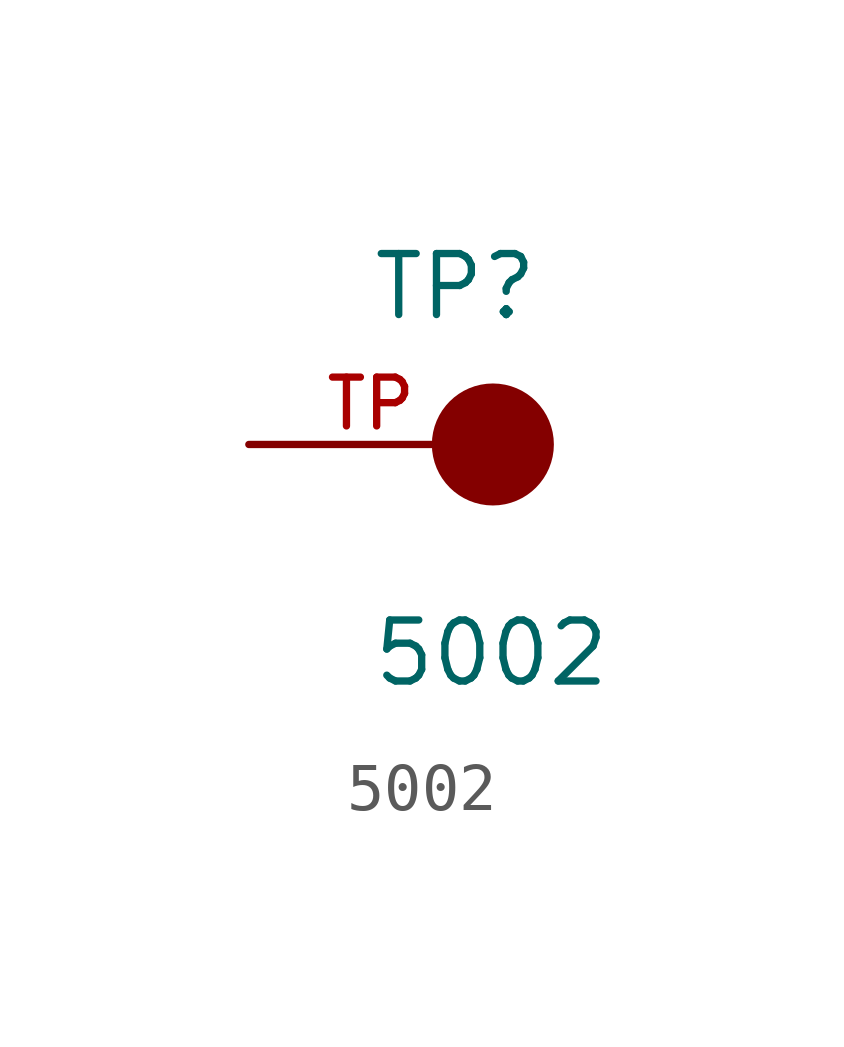
<source format=kicad_sym>
(kicad_symbol_lib
  (version 20211014)
  (generator kicad_symbol_editor)
  (symbol "5002"
    (pin_names
      (offset 1.016))
    (property "Reference" "TP"
      (at -2.544 2.541 0)
      (effects (font (size 1.27 1.27)) (justify bottom left)))
    (property "Value" "5002"
      (at -2.55 -5.087 0)
      (effects (font (size 1.27 1.27)) (justify bottom left)))
    (symbol "5002_0_0"
      (circle (center 0.0 0.0) (radius 0.635) (stroke (width 1.27)) (fill (type none)))
      (pin passive line (at -5.08 0.0 0) (length 5.08) (name "~" (effects (font (size 1.016 1.016)))) (number "TP" (effects (font (size 1.016 1.016))))))))
</source>
